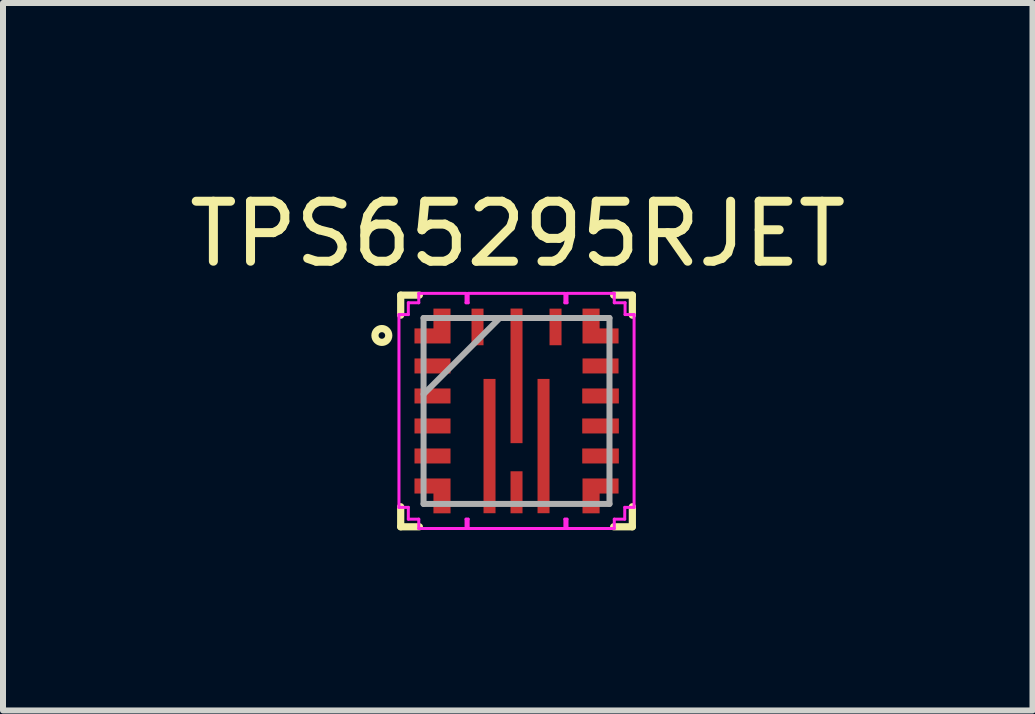
<source format=kicad_pcb>
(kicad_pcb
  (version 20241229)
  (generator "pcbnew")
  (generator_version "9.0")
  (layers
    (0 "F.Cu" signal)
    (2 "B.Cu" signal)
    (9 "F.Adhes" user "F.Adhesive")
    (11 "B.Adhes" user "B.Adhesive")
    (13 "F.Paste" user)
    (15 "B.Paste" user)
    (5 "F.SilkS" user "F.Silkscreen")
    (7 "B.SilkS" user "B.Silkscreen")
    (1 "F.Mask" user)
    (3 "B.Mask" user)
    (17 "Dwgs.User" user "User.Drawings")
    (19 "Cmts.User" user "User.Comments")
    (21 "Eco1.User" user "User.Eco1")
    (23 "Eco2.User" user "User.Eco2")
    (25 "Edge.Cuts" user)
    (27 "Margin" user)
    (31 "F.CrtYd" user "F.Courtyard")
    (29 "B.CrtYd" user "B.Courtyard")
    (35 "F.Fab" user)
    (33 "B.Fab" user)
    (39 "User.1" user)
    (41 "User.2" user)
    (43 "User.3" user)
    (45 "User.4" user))
  (footprint "TPS65295RJET"
    (layer "F.Cu")
    (at 5.557 3.798)
    (property "Reference" "TPS65295RJET" (at 0.02 -2.95 0) (layer "F.SilkS") (effects (font (size 1 1) (thickness 0.15))))
    (attr smd)
    (fp_line (start -1.93 -1.93) (end -1.93 -1.596) (stroke (width 0.12) (type solid)) (layer "F.SilkS"))
    (fp_line (start -1.93 1.596) (end -1.93 1.93) (stroke (width 0.12) (type solid)) (layer "F.SilkS"))
    (fp_line (start -1.93 1.93) (end -1.619 1.93) (stroke (width 0.12) (type solid)) (layer "F.SilkS"))
    (fp_line (start -1.619 -1.93) (end -1.93 -1.93) (stroke (width 0.12) (type solid)) (layer "F.SilkS"))
    (fp_line (start 1.619 1.93) (end 1.93 1.93) (stroke (width 0.12) (type solid)) (layer "F.SilkS"))
    (fp_line (start 1.93 -1.93) (end 1.619 -1.93) (stroke (width 0.12) (type solid)) (layer "F.SilkS"))
    (fp_line (start 1.93 -1.596) (end 1.93 -1.93) (stroke (width 0.12) (type solid)) (layer "F.SilkS"))
    (fp_line (start 1.93 1.93) (end 1.93 1.596) (stroke (width 0.12) (type solid)) (layer "F.SilkS"))
    (fp_circle (center -2.244 -1.258) (end -2.189 -1.258) (stroke (width 0.12) (type solid)) (fill no) (layer "F.SilkS"))
    (fp_poly (pts (xy -0.351 0.486) (xy -0.549 0.486) (xy -0.549 -0.533) (xy -0.351 -0.533)) (stroke (width 0.001) (type solid)) (fill yes) (layer "F.Paste"))
    (fp_poly (pts (xy -0.351 1.704) (xy -0.549 1.704) (xy -0.549 0.685) (xy -0.351 0.685)) (stroke (width 0.001) (type solid)) (fill yes) (layer "F.Paste"))
    (fp_poly (pts (xy 0.099 0.535) (xy -0.098 0.535) (xy -0.098 -0.485) (xy 0.099 -0.485)) (stroke (width 0.001) (type solid)) (fill yes) (layer "F.Paste"))
    (fp_poly (pts (xy 0.1 -0.685) (xy -0.099 -0.685) (xy -0.099 -1.705) (xy 0.1 -1.705)) (stroke (width 0.001) (type solid)) (fill yes) (layer "F.Paste"))
    (fp_poly (pts (xy 0.548 0.486) (xy 0.35 0.486) (xy 0.35 -0.533) (xy 0.548 -0.533)) (stroke (width 0.001) (type solid)) (fill yes) (layer "F.Paste"))
    (fp_poly (pts (xy 0.548 1.704) (xy 0.35 1.704) (xy 0.35 0.685) (xy 0.548 0.685)) (stroke (width 0.001) (type solid)) (fill yes) (layer "F.Paste"))
    (fp_poly (pts (xy -1.101 -1.705) (xy -1.355 -1.705) (xy -1.355 -1.35) (xy -1.701 -1.35) (xy -1.701 -1.125) (xy -1.101 -1.125)) (stroke (width 0.001) (type solid)) (fill yes) (layer "F.Paste"))
    (fp_poly (pts (xy -1.1 1.705) (xy -1.354 1.705) (xy -1.354 1.35) (xy -1.7 1.35) (xy -1.7 1.125) (xy -1.1 1.125)) (stroke (width 0.001) (type solid)) (fill yes) (layer "F.Paste"))
    (fp_poly (pts (xy 1.1 -1.705) (xy 1.354 -1.705) (xy 1.354 -1.35) (xy 1.7 -1.35) (xy 1.7 -1.125) (xy 1.1 -1.125)) (stroke (width 0.001) (type solid)) (fill yes) (layer "F.Paste"))
    (fp_poly (pts (xy 1.1 1.705) (xy 1.354 1.705) (xy 1.354 1.35) (xy 1.7 1.35) (xy 1.7 1.125) (xy 1.1 1.125)) (stroke (width 0.001) (type solid)) (fill yes) (layer "F.Paste"))
    (fp_line (start -1.959 -1.606) (end -1.959 1.606) (stroke (width 0.05) (type solid)) (layer "F.CrtYd"))
    (fp_line (start -1.959 1.606) (end -1.803 1.606) (stroke (width 0.05) (type solid)) (layer "F.CrtYd"))
    (fp_line (start -1.803 -1.803) (end -1.803 -1.606) (stroke (width 0.05) (type solid)) (layer "F.CrtYd"))
    (fp_line (start -1.803 -1.606) (end -1.959 -1.606) (stroke (width 0.05) (type solid)) (layer "F.CrtYd"))
    (fp_line (start -1.803 1.606) (end -1.803 1.803) (stroke (width 0.05) (type solid)) (layer "F.CrtYd"))
    (fp_line (start -1.803 1.803) (end -1.629 1.803) (stroke (width 0.05) (type solid)) (layer "F.CrtYd"))
    (fp_line (start -1.629 -1.959) (end -1.629 -1.803) (stroke (width 0.05) (type solid)) (layer "F.CrtYd"))
    (fp_line (start -1.629 -1.803) (end -1.803 -1.803) (stroke (width 0.05) (type solid)) (layer "F.CrtYd"))
    (fp_line (start -1.629 1.803) (end -1.629 1.959) (stroke (width 0.05) (type solid)) (layer "F.CrtYd"))
    (fp_line (start -1.629 1.959) (end -0.841 1.959) (stroke (width 0.05) (type solid)) (layer "F.CrtYd"))
    (fp_line (start -0.841 -1.959) (end -1.629 -1.959) (stroke (width 0.05) (type solid)) (layer "F.CrtYd"))
    (fp_line (start -0.841 -1.803) (end -0.841 -1.959) (stroke (width 0.05) (type solid)) (layer "F.CrtYd"))
    (fp_line (start -0.841 1.803) (end -0.806 1.803) (stroke (width 0.05) (type solid)) (layer "F.CrtYd"))
    (fp_line (start -0.841 1.959) (end -0.841 1.803) (stroke (width 0.05) (type solid)) (layer "F.CrtYd"))
    (fp_line (start -0.806 -1.959) (end -0.806 -1.803) (stroke (width 0.05) (type solid)) (layer "F.CrtYd"))
    (fp_line (start -0.806 -1.803) (end -0.841 -1.803) (stroke (width 0.05) (type solid)) (layer "F.CrtYd"))
    (fp_line (start -0.806 1.803) (end -0.806 1.959) (stroke (width 0.05) (type solid)) (layer "F.CrtYd"))
    (fp_line (start -0.806 1.959) (end 0.806 1.959) (stroke (width 0.05) (type solid)) (layer "F.CrtYd"))
    (fp_line (start 0.806 -1.959) (end -0.806 -1.959) (stroke (width 0.05) (type solid)) (layer "F.CrtYd"))
    (fp_line (start 0.806 -1.803) (end 0.806 -1.959) (stroke (width 0.05) (type solid)) (layer "F.CrtYd"))
    (fp_line (start 0.806 1.803) (end 0.841 1.803) (stroke (width 0.05) (type solid)) (layer "F.CrtYd"))
    (fp_line (start 0.806 1.959) (end 0.806 1.803) (stroke (width 0.05) (type solid)) (layer "F.CrtYd"))
    (fp_line (start 0.841 -1.959) (end 0.841 -1.803) (stroke (width 0.05) (type solid)) (layer "F.CrtYd"))
    (fp_line (start 0.841 -1.803) (end 0.806 -1.803) (stroke (width 0.05) (type solid)) (layer "F.CrtYd"))
    (fp_line (start 0.841 1.803) (end 0.841 1.959) (stroke (width 0.05) (type solid)) (layer "F.CrtYd"))
    (fp_line (start 0.841 1.959) (end 1.629 1.959) (stroke (width 0.05) (type solid)) (layer "F.CrtYd"))
    (fp_line (start 1.629 -1.959) (end 0.841 -1.959) (stroke (width 0.05) (type solid)) (layer "F.CrtYd"))
    (fp_line (start 1.629 -1.803) (end 1.629 -1.959) (stroke (width 0.05) (type solid)) (layer "F.CrtYd"))
    (fp_line (start 1.629 1.803) (end 1.803 1.803) (stroke (width 0.05) (type solid)) (layer "F.CrtYd"))
    (fp_line (start 1.629 1.959) (end 1.629 1.803) (stroke (width 0.05) (type solid)) (layer "F.CrtYd"))
    (fp_line (start 1.803 1.803) (end 1.804 1.606) (stroke (width 0.05) (type solid)) (layer "F.CrtYd"))
    (fp_line (start 1.804 1.606) (end 1.959 1.606) (stroke (width 0.05) (type solid)) (layer "F.CrtYd"))
    (fp_line (start 1.809 -1.606) (end 1.809 -1.803) (stroke (width 0.05) (type solid)) (layer "F.CrtYd"))
    (fp_line (start 1.809 -1.803) (end 1.629 -1.803) (stroke (width 0.05) (type solid)) (layer "F.CrtYd"))
    (fp_line (start 1.959 -1.606) (end 1.809 -1.606) (stroke (width 0.05) (type solid)) (layer "F.CrtYd"))
    (fp_line (start 1.959 1.606) (end 1.959 -1.606) (stroke (width 0.05) (type solid)) (layer "F.CrtYd"))
    (fp_line (start -1.549 -1.549) (end -1.549 1.549) (stroke (width 0.1) (type solid)) (layer "F.Fab"))
    (fp_line (start -1.549 -0.279) (end -0.279 -1.549) (stroke (width 0.1) (type solid)) (layer "F.Fab"))
    (fp_line (start -1.549 1.549) (end 1.549 1.549) (stroke (width 0.1) (type solid)) (layer "F.Fab"))
    (fp_line (start 1.549 -1.549) (end -1.549 -1.549) (stroke (width 0.1) (type solid)) (layer "F.Fab"))
    (fp_line (start 1.549 1.549) (end 1.549 -1.549) (stroke (width 0.1) (type solid)) (layer "F.Fab"))
    (pad "1" smd custom (at -1.4 -1.25 90) (size 0.25 0.6) (layers "F.Cu" "F.Mask") (options (anchor rect)) (primitives (gr_poly (pts (xy 0.455 0.3) (xy 0.455 0.016) (xy 0.125 0.016) (xy 0.125 -0.3) (xy -0.125 -0.3) (xy -0.125 0.3)) (width 0.001) (fill yes)) (gr_poly (pts (xy 0.455 0.3) (xy 0.455 0.016) (xy 0.125 0.016) (xy 0.125 -0.3) (xy -0.125 -0.3) (xy -0.125 0.3)) (width 0.001) (fill yes))))
    (pad "2" smd rect (at -1.4 -0.75 90) (size 0.25 0.6) (layers "F.Cu" "F.Mask" "F.Paste"))
    (pad "3" smd rect (at -1.4 -0.25 90) (size 0.25 0.6) (layers "F.Cu" "F.Mask" "F.Paste"))
    (pad "4" smd rect (at -1.4 0.25 90) (size 0.25 0.6) (layers "F.Cu" "F.Mask" "F.Paste"))
    (pad "5" smd rect (at -1.4 0.75 90) (size 0.25 0.6) (layers "F.Cu" "F.Mask" "F.Paste"))
    (pad "6" smd custom (at -1.4 1.25 90) (size 0.25 0.6) (layers "F.Cu" "F.Mask" "F.Paste") (options (anchor rect)) (primitives (gr_poly (pts (xy -0.455 0.3) (xy -0.455 0.016) (xy -0.125 0.016) (xy -0.125 -0.3) (xy 0.125 -0.3) (xy 0.125 0.3)) (width 0.001) (fill yes)) (gr_poly (pts (xy -0.455 0.3) (xy -0.455 0.016) (xy -0.125 0.016) (xy -0.125 -0.3) (xy 0.125 -0.3) (xy 0.125 0.3)) (width 0.001) (fill yes))))
    (pad "7" smd rect (at -0.45 0.585) (size 0.2 2.238) (layers "F.Cu" "F.Mask"))
    (pad "8" smd rect (at 0 1.355) (size 0.2 0.7) (layers "F.Cu" "F.Mask" "F.Paste"))
    (pad "9" smd rect (at 0.45 0.585) (size 0.2 2.238) (layers "F.Cu" "F.Mask"))
    (pad "10" smd custom (at 1.4 1.25 270) (size 0.25 0.6) (layers "F.Cu" "F.Mask") (options (anchor rect)) (primitives (gr_poly (pts (xy 0.455 0.3) (xy 0.455 0.016) (xy 0.125 0.016) (xy 0.125 -0.3) (xy -0.125 -0.3) (xy -0.125 0.3)) (width 0.001) (fill yes)) (gr_poly (pts (xy 0.455 0.3) (xy 0.455 0.016) (xy 0.125 0.016) (xy 0.125 -0.3) (xy -0.125 -0.3) (xy -0.125 0.3)) (width 0.001) (fill yes))))
    (pad "11" smd rect (at 1.4 0.75 90) (size 0.25 0.61) (layers "F.Cu" "F.Mask" "F.Paste"))
    (pad "12" smd rect (at 1.4 0.25 90) (size 0.25 0.61) (layers "F.Cu" "F.Mask" "F.Paste"))
    (pad "13" smd rect (at 1.4 -0.25 90) (size 0.25 0.61) (layers "F.Cu" "F.Mask" "F.Paste"))
    (pad "14" smd rect (at 1.4 -0.75 90) (size 0.25 0.6) (layers "F.Cu" "F.Mask" "F.Paste"))
    (pad "15" smd custom (at 1.4 -1.25 270) (size 0.25 0.6) (layers "F.Cu" "F.Mask") (options (anchor rect)) (primitives (gr_poly (pts (xy -0.455 0.3) (xy -0.455 0.016) (xy -0.125 0.016) (xy -0.125 -0.3) (xy 0.125 -0.3) (xy 0.125 0.3)) (width 0.001) (fill yes)) (gr_poly (pts (xy -0.455 0.3) (xy -0.455 0.016) (xy -0.125 0.016) (xy -0.125 -0.3) (xy 0.125 -0.3) (xy 0.125 0.3)) (width 0.001) (fill yes))))
    (pad "16" smd rect (at 0.65 -1.4) (size 0.2 0.61) (layers "F.Cu" "F.Mask" "F.Paste"))
    (pad "17" smd rect (at 0 -0.585) (size 0.2 2.243) (layers "F.Cu" "F.Mask"))
    (pad "18" smd rect (at -0.65 -1.4) (size 0.2 0.61) (layers "F.Cu" "F.Mask" "F.Paste")))
  (gr_rect
    (start -3 -3)
    (end 14.155 8.789)
    (stroke (width 0.1) (type default))
    (fill no)
    (layer "Edge.Cuts")))
</source>
